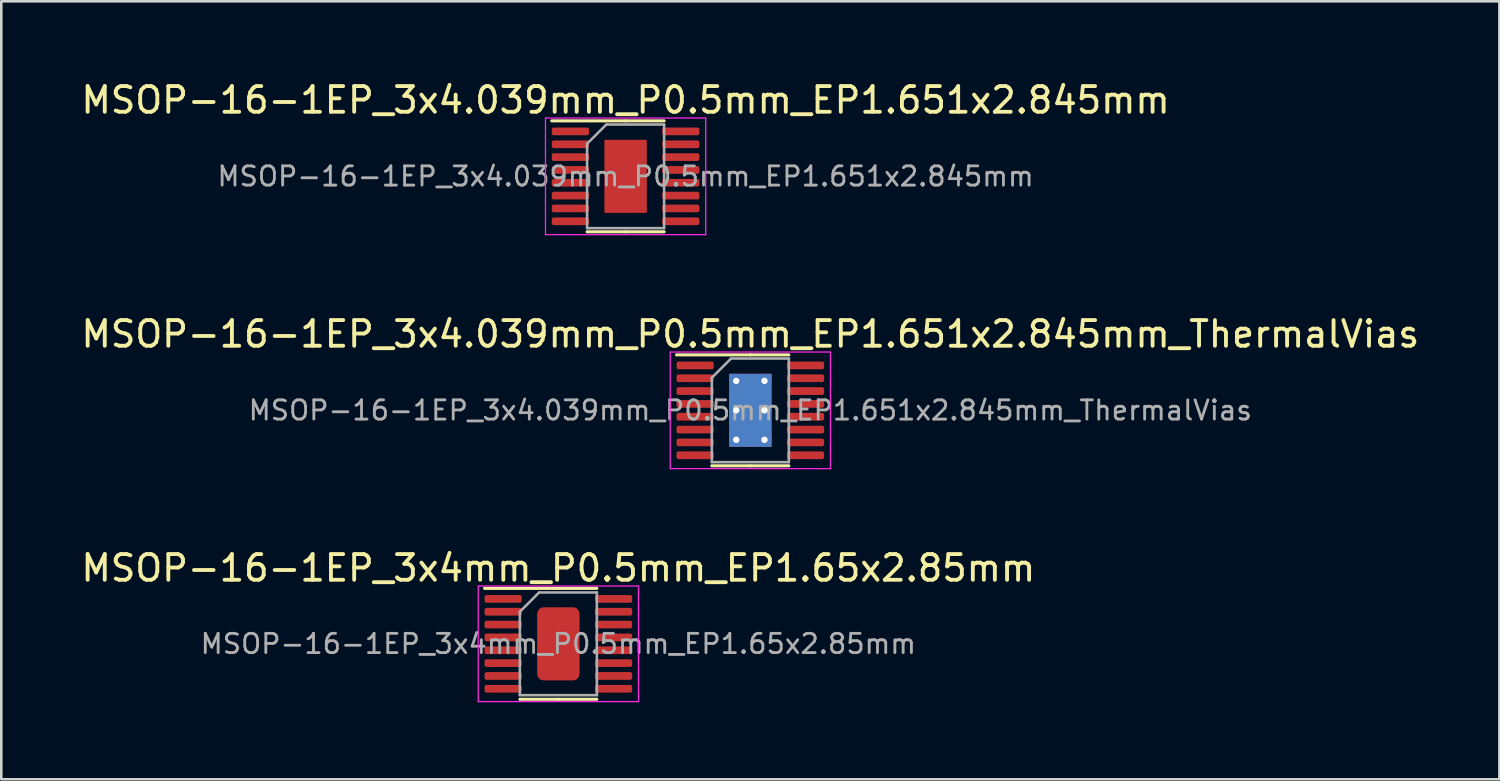
<source format=kicad_pcb>
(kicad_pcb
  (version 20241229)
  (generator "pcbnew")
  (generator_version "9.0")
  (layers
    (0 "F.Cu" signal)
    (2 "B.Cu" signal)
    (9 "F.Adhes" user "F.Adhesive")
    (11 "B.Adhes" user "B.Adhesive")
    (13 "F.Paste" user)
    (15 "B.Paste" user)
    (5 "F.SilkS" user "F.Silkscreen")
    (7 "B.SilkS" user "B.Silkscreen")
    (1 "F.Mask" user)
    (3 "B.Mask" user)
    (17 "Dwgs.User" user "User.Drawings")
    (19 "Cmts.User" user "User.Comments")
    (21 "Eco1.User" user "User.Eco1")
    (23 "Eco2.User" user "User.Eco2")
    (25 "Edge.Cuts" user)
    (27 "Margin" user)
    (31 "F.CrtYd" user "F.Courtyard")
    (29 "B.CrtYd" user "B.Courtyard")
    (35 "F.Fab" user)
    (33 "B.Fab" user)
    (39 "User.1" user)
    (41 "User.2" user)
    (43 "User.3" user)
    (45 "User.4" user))
  (footprint "MSOP-16-1EP_3x4mm_P0.5mm_EP1.65x2.85mm"
    (layer "F.Cu")
    (at 18.696 22.025)
    (property "Reference" "MSOP-16-1EP_3x4mm_P0.5mm_EP1.65x2.85mm" (at 0 -2.95 0) (layer "F.SilkS") (effects (font (size 1 1) (thickness 0.15))))
    (attr smd)
    (fp_line (start 0 -2.16) (end -2.875 -2.16) (stroke (width 0.12) (type solid)) (layer "F.SilkS"))
    (fp_line (start 0 -2.16) (end 1.5 -2.16) (stroke (width 0.12) (type solid)) (layer "F.SilkS"))
    (fp_line (start 0 2.16) (end -1.5 2.16) (stroke (width 0.12) (type solid)) (layer "F.SilkS"))
    (fp_line (start 0 2.16) (end 1.5 2.16) (stroke (width 0.12) (type solid)) (layer "F.SilkS"))
    (fp_line (start -3.12 -2.25) (end -3.12 2.25) (stroke (width 0.05) (type solid)) (layer "F.CrtYd"))
    (fp_line (start -3.12 2.25) (end 3.12 2.25) (stroke (width 0.05) (type solid)) (layer "F.CrtYd"))
    (fp_line (start 3.12 -2.25) (end -3.12 -2.25) (stroke (width 0.05) (type solid)) (layer "F.CrtYd"))
    (fp_line (start 3.12 2.25) (end 3.12 -2.25) (stroke (width 0.05) (type solid)) (layer "F.CrtYd"))
    (fp_line (start -1.5 -1.25) (end -0.75 -2) (stroke (width 0.1) (type solid)) (layer "F.Fab"))
    (fp_line (start -1.5 2) (end -1.5 -1.25) (stroke (width 0.1) (type solid)) (layer "F.Fab"))
    (fp_line (start -0.75 -2) (end 1.5 -2) (stroke (width 0.1) (type solid)) (layer "F.Fab"))
    (fp_line (start 1.5 -2) (end 1.5 2) (stroke (width 0.1) (type solid)) (layer "F.Fab"))
    (fp_line (start 1.5 2) (end -1.5 2) (stroke (width 0.1) (type solid)) (layer "F.Fab"))
    (fp_text user "${REFERENCE}" (at 0 0 0) (layer "F.Fab") (effects (font (size 0.75 0.75) (thickness 0.11))))
    (pad "" smd roundrect (at -0.41 -0.71) (size 0.67 1.15) (layers "F.Paste") (roundrect_rratio 0.25))
    (pad "" smd roundrect (at -0.41 0.71) (size 0.67 1.15) (layers "F.Paste") (roundrect_rratio 0.25))
    (pad "" smd roundrect (at 0.41 -0.71) (size 0.67 1.15) (layers "F.Paste") (roundrect_rratio 0.25))
    (pad "" smd roundrect (at 0.41 0.71) (size 0.67 1.15) (layers "F.Paste") (roundrect_rratio 0.25))
    (pad "1" smd roundrect (at -2.15 -1.75) (size 1.45 0.3) (layers "F.Cu" "F.Mask" "F.Paste") (roundrect_rratio 0.25))
    (pad "2" smd roundrect (at -2.15 -1.25) (size 1.45 0.3) (layers "F.Cu" "F.Mask" "F.Paste") (roundrect_rratio 0.25))
    (pad "3" smd roundrect (at -2.15 -0.75) (size 1.45 0.3) (layers "F.Cu" "F.Mask" "F.Paste") (roundrect_rratio 0.25))
    (pad "4" smd roundrect (at -2.15 -0.25) (size 1.45 0.3) (layers "F.Cu" "F.Mask" "F.Paste") (roundrect_rratio 0.25))
    (pad "5" smd roundrect (at -2.15 0.25) (size 1.45 0.3) (layers "F.Cu" "F.Mask" "F.Paste") (roundrect_rratio 0.25))
    (pad "6" smd roundrect (at -2.15 0.75) (size 1.45 0.3) (layers "F.Cu" "F.Mask" "F.Paste") (roundrect_rratio 0.25))
    (pad "7" smd roundrect (at -2.15 1.25) (size 1.45 0.3) (layers "F.Cu" "F.Mask" "F.Paste") (roundrect_rratio 0.25))
    (pad "8" smd roundrect (at -2.15 1.75) (size 1.45 0.3) (layers "F.Cu" "F.Mask" "F.Paste") (roundrect_rratio 0.25))
    (pad "9" smd roundrect (at 2.15 1.75) (size 1.45 0.3) (layers "F.Cu" "F.Mask" "F.Paste") (roundrect_rratio 0.25))
    (pad "10" smd roundrect (at 2.15 1.25) (size 1.45 0.3) (layers "F.Cu" "F.Mask" "F.Paste") (roundrect_rratio 0.25))
    (pad "11" smd roundrect (at 2.15 0.75) (size 1.45 0.3) (layers "F.Cu" "F.Mask" "F.Paste") (roundrect_rratio 0.25))
    (pad "12" smd roundrect (at 2.15 0.25) (size 1.45 0.3) (layers "F.Cu" "F.Mask" "F.Paste") (roundrect_rratio 0.25))
    (pad "13" smd roundrect (at 2.15 -0.25) (size 1.45 0.3) (layers "F.Cu" "F.Mask" "F.Paste") (roundrect_rratio 0.25))
    (pad "14" smd roundrect (at 2.15 -0.75) (size 1.45 0.3) (layers "F.Cu" "F.Mask" "F.Paste") (roundrect_rratio 0.25))
    (pad "15" smd roundrect (at 2.15 -1.25) (size 1.45 0.3) (layers "F.Cu" "F.Mask" "F.Paste") (roundrect_rratio 0.25))
    (pad "16" smd roundrect (at 2.15 -1.75) (size 1.45 0.3) (layers "F.Cu" "F.Mask" "F.Paste") (roundrect_rratio 0.25))
    (pad "17" smd roundrect (at 0 0) (size 1.65 2.85) (layers "F.Cu" "F.Mask") (roundrect_rratio 0.152)))
  (footprint "MSOP-16-1EP_3x4.039mm_P0.5mm_EP1.651x2.845mm_ThermalVias"
    (layer "F.Cu")
    (at 26.173 12.931)
    (property "Reference" "MSOP-16-1EP_3x4.039mm_P0.5mm_EP1.651x2.845mm_ThermalVias" (at 0 -2.97 0) (layer "F.SilkS") (effects (font (size 1 1) (thickness 0.15))))
    (attr smd)
    (fp_line (start 0 -2.16) (end -2.875 -2.16) (stroke (width 0.12) (type solid)) (layer "F.SilkS"))
    (fp_line (start 0 -2.16) (end 1.5 -2.16) (stroke (width 0.12) (type solid)) (layer "F.SilkS"))
    (fp_line (start 0 2.16) (end -1.5 2.16) (stroke (width 0.12) (type solid)) (layer "F.SilkS"))
    (fp_line (start 0 2.16) (end 1.5 2.16) (stroke (width 0.12) (type solid)) (layer "F.SilkS"))
    (fp_line (start -3.12 -2.27) (end -3.12 2.27) (stroke (width 0.05) (type solid)) (layer "F.CrtYd"))
    (fp_line (start -3.12 2.27) (end 3.12 2.27) (stroke (width 0.05) (type solid)) (layer "F.CrtYd"))
    (fp_line (start 3.12 -2.27) (end -3.12 -2.27) (stroke (width 0.05) (type solid)) (layer "F.CrtYd"))
    (fp_line (start 3.12 2.27) (end 3.12 -2.27) (stroke (width 0.05) (type solid)) (layer "F.CrtYd"))
    (fp_line (start -1.5 -1.27) (end -0.75 -2.019) (stroke (width 0.1) (type solid)) (layer "F.Fab"))
    (fp_line (start -1.5 2.019) (end -1.5 -1.27) (stroke (width 0.1) (type solid)) (layer "F.Fab"))
    (fp_line (start -0.75 -2.019) (end 1.5 -2.019) (stroke (width 0.1) (type solid)) (layer "F.Fab"))
    (fp_line (start 1.5 -2.019) (end 1.5 2.019) (stroke (width 0.1) (type solid)) (layer "F.Fab"))
    (fp_line (start 1.5 2.019) (end -1.5 2.019) (stroke (width 0.1) (type solid)) (layer "F.Fab"))
    (fp_text user "${REFERENCE}" (at 0 0 0) (layer "F.Fab") (effects (font (size 0.75 0.75) (thickness 0.11))))
    (pad "" smd roundrect (at -0.415 -0.71) (size 0.69 1.19) (layers "F.Paste") (roundrect_rratio 0.25))
    (pad "" smd roundrect (at -0.415 0.71) (size 0.69 1.19) (layers "F.Paste") (roundrect_rratio 0.25))
    (pad "" smd roundrect (at 0.415 -0.71) (size 0.69 1.19) (layers "F.Paste") (roundrect_rratio 0.25))
    (pad "" smd roundrect (at 0.415 0.71) (size 0.69 1.19) (layers "F.Paste") (roundrect_rratio 0.25))
    (pad "1" smd roundrect (at -2.15 -1.75) (size 1.45 0.3) (layers "F.Cu" "F.Mask" "F.Paste") (roundrect_rratio 0.25))
    (pad "2" smd roundrect (at -2.15 -1.25) (size 1.45 0.3) (layers "F.Cu" "F.Mask" "F.Paste") (roundrect_rratio 0.25))
    (pad "3" smd roundrect (at -2.15 -0.75) (size 1.45 0.3) (layers "F.Cu" "F.Mask" "F.Paste") (roundrect_rratio 0.25))
    (pad "4" smd roundrect (at -2.15 -0.25) (size 1.45 0.3) (layers "F.Cu" "F.Mask" "F.Paste") (roundrect_rratio 0.25))
    (pad "5" smd roundrect (at -2.15 0.25) (size 1.45 0.3) (layers "F.Cu" "F.Mask" "F.Paste") (roundrect_rratio 0.25))
    (pad "6" smd roundrect (at -2.15 0.75) (size 1.45 0.3) (layers "F.Cu" "F.Mask" "F.Paste") (roundrect_rratio 0.25))
    (pad "7" smd roundrect (at -2.15 1.25) (size 1.45 0.3) (layers "F.Cu" "F.Mask" "F.Paste") (roundrect_rratio 0.25))
    (pad "8" smd roundrect (at -2.15 1.75) (size 1.45 0.3) (layers "F.Cu" "F.Mask" "F.Paste") (roundrect_rratio 0.25))
    (pad "9" smd roundrect (at 2.15 1.75) (size 1.45 0.3) (layers "F.Cu" "F.Mask" "F.Paste") (roundrect_rratio 0.25))
    (pad "10" smd roundrect (at 2.15 1.25) (size 1.45 0.3) (layers "F.Cu" "F.Mask" "F.Paste") (roundrect_rratio 0.25))
    (pad "11" smd roundrect (at 2.15 0.75) (size 1.45 0.3) (layers "F.Cu" "F.Mask" "F.Paste") (roundrect_rratio 0.25))
    (pad "12" smd roundrect (at 2.15 0.25) (size 1.45 0.3) (layers "F.Cu" "F.Mask" "F.Paste") (roundrect_rratio 0.25))
    (pad "13" smd roundrect (at 2.15 -0.25) (size 1.45 0.3) (layers "F.Cu" "F.Mask" "F.Paste") (roundrect_rratio 0.25))
    (pad "14" smd roundrect (at 2.15 -0.75) (size 1.45 0.3) (layers "F.Cu" "F.Mask" "F.Paste") (roundrect_rratio 0.25))
    (pad "15" smd roundrect (at 2.15 -1.25) (size 1.45 0.3) (layers "F.Cu" "F.Mask" "F.Paste") (roundrect_rratio 0.25))
    (pad "16" smd roundrect (at 2.15 -1.75) (size 1.45 0.3) (layers "F.Cu" "F.Mask" "F.Paste") (roundrect_rratio 0.25))
    (pad "17" thru_hole circle (at -0.55 -1.147) (size 0.55 0.55) (drill 0.25) (layers "*.Cu"))
    (pad "17" thru_hole circle (at -0.55 0) (size 0.55 0.55) (drill 0.25) (layers "*.Cu"))
    (pad "17" thru_hole circle (at -0.55 1.147) (size 0.55 0.55) (drill 0.25) (layers "*.Cu"))
    (pad "17" smd rect (at 0 0) (size 1.651 2.845) (layers "F.Cu" "F.Mask"))
    (pad "17" smd rect (at 0 0) (size 1.651 2.845) (layers "B.Cu"))
    (pad "17" thru_hole circle (at 0.55 -1.147) (size 0.55 0.55) (drill 0.25) (layers "*.Cu"))
    (pad "17" thru_hole circle (at 0.55 0) (size 0.55 0.55) (drill 0.25) (layers "*.Cu"))
    (pad "17" thru_hole circle (at 0.55 1.147) (size 0.55 0.55) (drill 0.25) (layers "*.Cu")))
  (footprint "MSOP-16-1EP_3x4.039mm_P0.5mm_EP1.651x2.845mm"
    (layer "F.Cu")
    (at 21.315 3.818)
    (property "Reference" "MSOP-16-1EP_3x4.039mm_P0.5mm_EP1.651x2.845mm" (at 0 -2.97 0) (layer "F.SilkS") (effects (font (size 1 1) (thickness 0.15))))
    (attr smd)
    (fp_line (start 0 -2.16) (end -2.875 -2.16) (stroke (width 0.12) (type solid)) (layer "F.SilkS"))
    (fp_line (start 0 -2.16) (end 1.5 -2.16) (stroke (width 0.12) (type solid)) (layer "F.SilkS"))
    (fp_line (start 0 2.16) (end -1.5 2.16) (stroke (width 0.12) (type solid)) (layer "F.SilkS"))
    (fp_line (start 0 2.16) (end 1.5 2.16) (stroke (width 0.12) (type solid)) (layer "F.SilkS"))
    (fp_line (start -3.12 -2.27) (end -3.12 2.27) (stroke (width 0.05) (type solid)) (layer "F.CrtYd"))
    (fp_line (start -3.12 2.27) (end 3.12 2.27) (stroke (width 0.05) (type solid)) (layer "F.CrtYd"))
    (fp_line (start 3.12 -2.27) (end -3.12 -2.27) (stroke (width 0.05) (type solid)) (layer "F.CrtYd"))
    (fp_line (start 3.12 2.27) (end 3.12 -2.27) (stroke (width 0.05) (type solid)) (layer "F.CrtYd"))
    (fp_line (start -1.5 -1.27) (end -0.75 -2.019) (stroke (width 0.1) (type solid)) (layer "F.Fab"))
    (fp_line (start -1.5 2.019) (end -1.5 -1.27) (stroke (width 0.1) (type solid)) (layer "F.Fab"))
    (fp_line (start -0.75 -2.019) (end 1.5 -2.019) (stroke (width 0.1) (type solid)) (layer "F.Fab"))
    (fp_line (start 1.5 -2.019) (end 1.5 2.019) (stroke (width 0.1) (type solid)) (layer "F.Fab"))
    (fp_line (start 1.5 2.019) (end -1.5 2.019) (stroke (width 0.1) (type solid)) (layer "F.Fab"))
    (fp_text user "${REFERENCE}" (at 0 0 0) (layer "F.Fab") (effects (font (size 0.75 0.75) (thickness 0.11))))
    (pad "" smd roundrect (at -0.415 -0.71) (size 0.69 1.19) (layers "F.Paste") (roundrect_rratio 0.25))
    (pad "" smd roundrect (at -0.415 0.71) (size 0.69 1.19) (layers "F.Paste") (roundrect_rratio 0.25))
    (pad "" smd roundrect (at 0.415 -0.71) (size 0.69 1.19) (layers "F.Paste") (roundrect_rratio 0.25))
    (pad "" smd roundrect (at 0.415 0.71) (size 0.69 1.19) (layers "F.Paste") (roundrect_rratio 0.25))
    (pad "1" smd roundrect (at -2.15 -1.75) (size 1.45 0.3) (layers "F.Cu" "F.Mask" "F.Paste") (roundrect_rratio 0.25))
    (pad "2" smd roundrect (at -2.15 -1.25) (size 1.45 0.3) (layers "F.Cu" "F.Mask" "F.Paste") (roundrect_rratio 0.25))
    (pad "3" smd roundrect (at -2.15 -0.75) (size 1.45 0.3) (layers "F.Cu" "F.Mask" "F.Paste") (roundrect_rratio 0.25))
    (pad "4" smd roundrect (at -2.15 -0.25) (size 1.45 0.3) (layers "F.Cu" "F.Mask" "F.Paste") (roundrect_rratio 0.25))
    (pad "5" smd roundrect (at -2.15 0.25) (size 1.45 0.3) (layers "F.Cu" "F.Mask" "F.Paste") (roundrect_rratio 0.25))
    (pad "6" smd roundrect (at -2.15 0.75) (size 1.45 0.3) (layers "F.Cu" "F.Mask" "F.Paste") (roundrect_rratio 0.25))
    (pad "7" smd roundrect (at -2.15 1.25) (size 1.45 0.3) (layers "F.Cu" "F.Mask" "F.Paste") (roundrect_rratio 0.25))
    (pad "8" smd roundrect (at -2.15 1.75) (size 1.45 0.3) (layers "F.Cu" "F.Mask" "F.Paste") (roundrect_rratio 0.25))
    (pad "9" smd roundrect (at 2.15 1.75) (size 1.45 0.3) (layers "F.Cu" "F.Mask" "F.Paste") (roundrect_rratio 0.25))
    (pad "10" smd roundrect (at 2.15 1.25) (size 1.45 0.3) (layers "F.Cu" "F.Mask" "F.Paste") (roundrect_rratio 0.25))
    (pad "11" smd roundrect (at 2.15 0.75) (size 1.45 0.3) (layers "F.Cu" "F.Mask" "F.Paste") (roundrect_rratio 0.25))
    (pad "12" smd roundrect (at 2.15 0.25) (size 1.45 0.3) (layers "F.Cu" "F.Mask" "F.Paste") (roundrect_rratio 0.25))
    (pad "13" smd roundrect (at 2.15 -0.25) (size 1.45 0.3) (layers "F.Cu" "F.Mask" "F.Paste") (roundrect_rratio 0.25))
    (pad "14" smd roundrect (at 2.15 -0.75) (size 1.45 0.3) (layers "F.Cu" "F.Mask" "F.Paste") (roundrect_rratio 0.25))
    (pad "15" smd roundrect (at 2.15 -1.25) (size 1.45 0.3) (layers "F.Cu" "F.Mask" "F.Paste") (roundrect_rratio 0.25))
    (pad "16" smd roundrect (at 2.15 -1.75) (size 1.45 0.3) (layers "F.Cu" "F.Mask" "F.Paste") (roundrect_rratio 0.25))
    (pad "17" smd rect (at 0 0) (size 1.651 2.845) (layers "F.Cu" "F.Mask")))
  (gr_rect
    (start -3 -3)
    (end 55.345 27.3)
    (stroke (width 0.1) (type default))
    (fill no)
    (layer "Edge.Cuts")))
</source>
